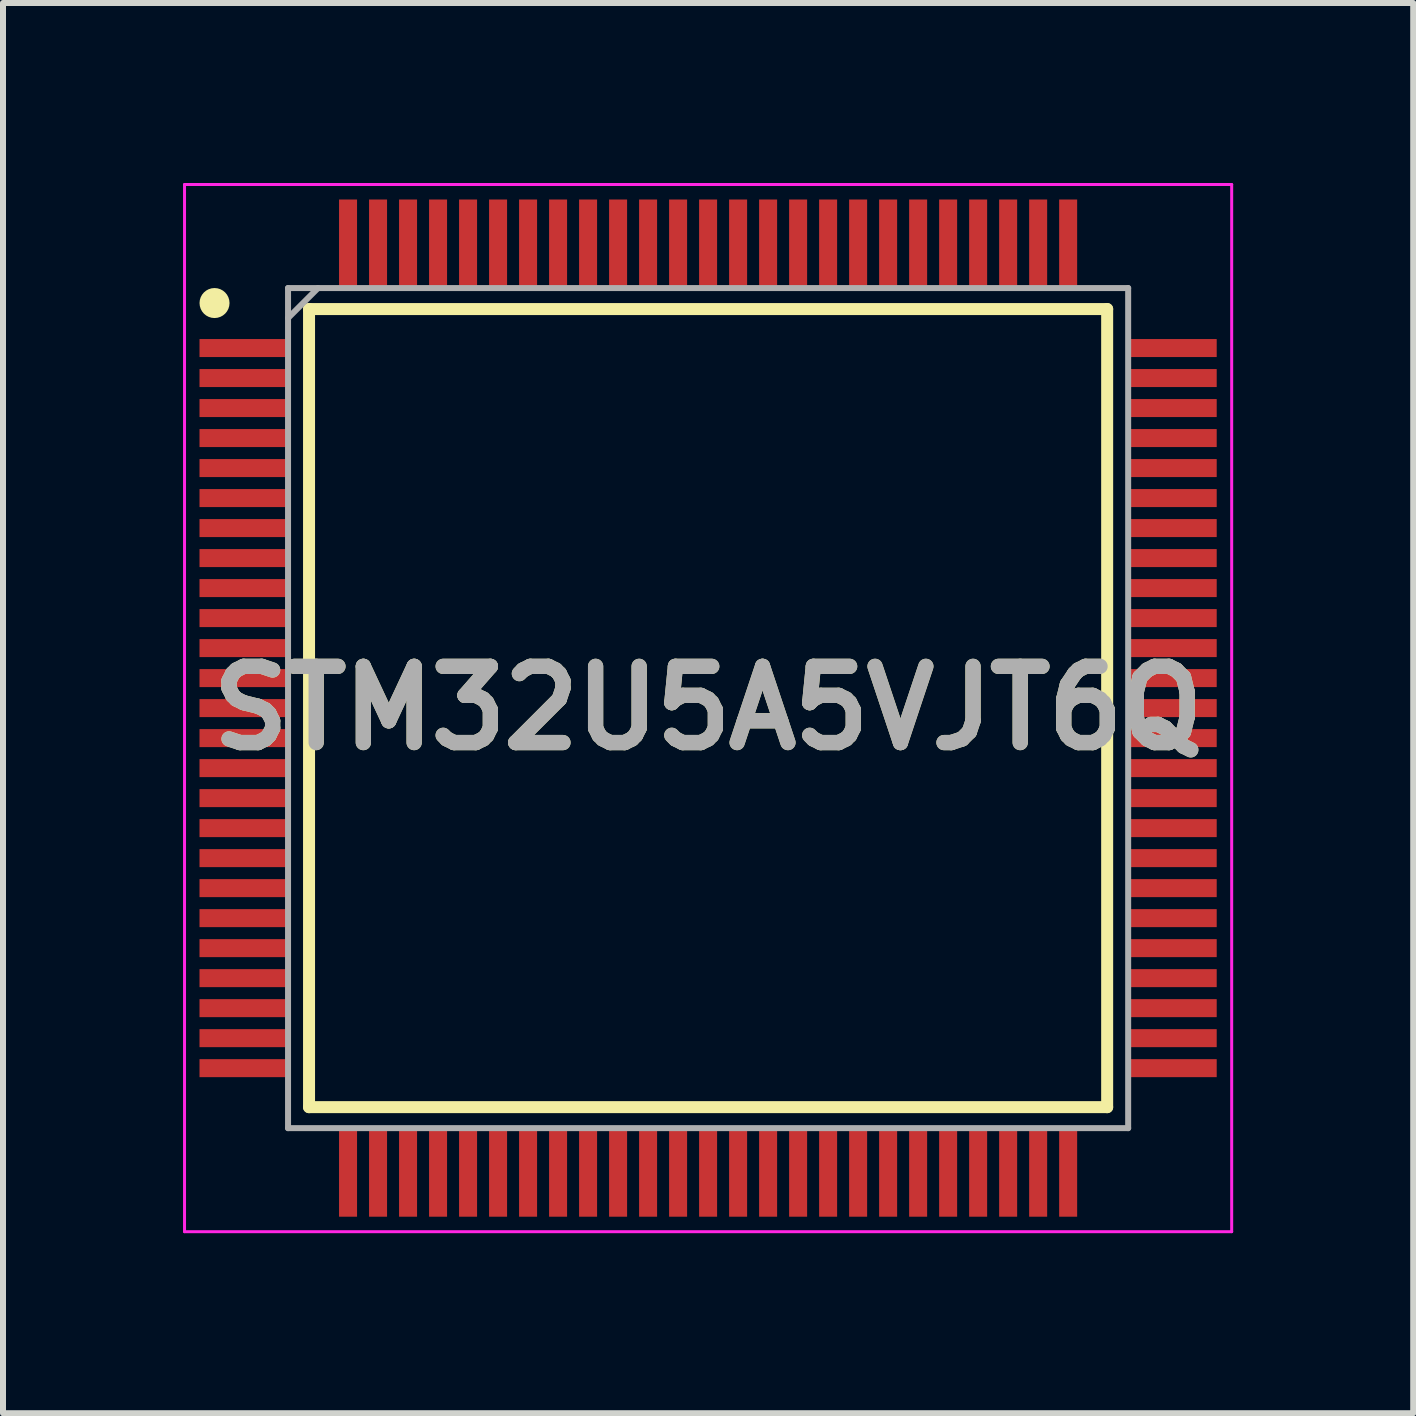
<source format=kicad_pcb>
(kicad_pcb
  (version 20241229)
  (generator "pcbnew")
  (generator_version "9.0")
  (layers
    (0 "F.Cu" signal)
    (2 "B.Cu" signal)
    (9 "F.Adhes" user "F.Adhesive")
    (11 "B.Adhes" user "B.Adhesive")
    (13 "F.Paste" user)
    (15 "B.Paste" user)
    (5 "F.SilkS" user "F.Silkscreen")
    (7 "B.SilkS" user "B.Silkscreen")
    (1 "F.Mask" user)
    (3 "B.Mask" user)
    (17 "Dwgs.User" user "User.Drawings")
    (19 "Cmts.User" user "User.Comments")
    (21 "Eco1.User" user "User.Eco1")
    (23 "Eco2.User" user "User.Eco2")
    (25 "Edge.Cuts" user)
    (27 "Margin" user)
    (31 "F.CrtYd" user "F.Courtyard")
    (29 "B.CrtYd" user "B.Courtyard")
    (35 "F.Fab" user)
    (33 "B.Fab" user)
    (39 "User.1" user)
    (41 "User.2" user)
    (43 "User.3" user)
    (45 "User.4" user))
  (footprint "STM32U5A5VJT6Q"
    (layer "F.Cu")
    (at 8.75 8.75)
    (property "Reference" "STM32U5A5VJT6Q" (at 0 0 0) (layer "F.SilkS") (effects (font (size 1.27 1.27) (thickness 0.254))))
    (attr smd)
    (fp_line (start -6.65 -6.65) (end 6.65 -6.65) (stroke (width 0.2) (type solid)) (layer "F.SilkS"))
    (fp_line (start -6.65 6.65) (end -6.65 -6.65) (stroke (width 0.2) (type solid)) (layer "F.SilkS"))
    (fp_line (start 6.65 -6.65) (end 6.65 6.65) (stroke (width 0.2) (type solid)) (layer "F.SilkS"))
    (fp_line (start 6.65 6.65) (end -6.65 6.65) (stroke (width 0.2) (type solid)) (layer "F.SilkS"))
    (fp_circle (center -8.225 -6.75) (end -8.225 -6.625) (stroke (width 0.25) (type solid)) (fill no) (layer "F.SilkS"))
    (fp_line (start -8.725 -8.725) (end 8.725 -8.725) (stroke (width 0.05) (type solid)) (layer "F.CrtYd"))
    (fp_line (start -8.725 8.725) (end -8.725 -8.725) (stroke (width 0.05) (type solid)) (layer "F.CrtYd"))
    (fp_line (start 8.725 -8.725) (end 8.725 8.725) (stroke (width 0.05) (type solid)) (layer "F.CrtYd"))
    (fp_line (start 8.725 8.725) (end -8.725 8.725) (stroke (width 0.05) (type solid)) (layer "F.CrtYd"))
    (fp_line (start -7 -7) (end 7 -7) (stroke (width 0.1) (type solid)) (layer "F.Fab"))
    (fp_line (start -7 -6.5) (end -6.5 -7) (stroke (width 0.1) (type solid)) (layer "F.Fab"))
    (fp_line (start -7 7) (end -7 -7) (stroke (width 0.1) (type solid)) (layer "F.Fab"))
    (fp_line (start 7 -7) (end 7 7) (stroke (width 0.1) (type solid)) (layer "F.Fab"))
    (fp_line (start 7 7) (end -7 7) (stroke (width 0.1) (type solid)) (layer "F.Fab"))
    (fp_text user "${REFERENCE}" (at 0 0 0) (layer "F.Fab") (effects (font (size 1.27 1.27) (thickness 0.254))))
    (pad "1" smd rect (at -7.738 -6 90) (size 0.3 1.475) (layers "F.Cu" "F.Mask" "F.Paste"))
    (pad "2" smd rect (at -7.738 -5.5 90) (size 0.3 1.475) (layers "F.Cu" "F.Mask" "F.Paste"))
    (pad "3" smd rect (at -7.738 -5 90) (size 0.3 1.475) (layers "F.Cu" "F.Mask" "F.Paste"))
    (pad "4" smd rect (at -7.738 -4.5 90) (size 0.3 1.475) (layers "F.Cu" "F.Mask" "F.Paste"))
    (pad "5" smd rect (at -7.738 -4 90) (size 0.3 1.475) (layers "F.Cu" "F.Mask" "F.Paste"))
    (pad "6" smd rect (at -7.738 -3.5 90) (size 0.3 1.475) (layers "F.Cu" "F.Mask" "F.Paste"))
    (pad "7" smd rect (at -7.738 -3 90) (size 0.3 1.475) (layers "F.Cu" "F.Mask" "F.Paste"))
    (pad "8" smd rect (at -7.738 -2.5 90) (size 0.3 1.475) (layers "F.Cu" "F.Mask" "F.Paste"))
    (pad "9" smd rect (at -7.738 -2 90) (size 0.3 1.475) (layers "F.Cu" "F.Mask" "F.Paste"))
    (pad "10" smd rect (at -7.738 -1.5 90) (size 0.3 1.475) (layers "F.Cu" "F.Mask" "F.Paste"))
    (pad "11" smd rect (at -7.738 -1 90) (size 0.3 1.475) (layers "F.Cu" "F.Mask" "F.Paste"))
    (pad "12" smd rect (at -7.738 -0.5 90) (size 0.3 1.475) (layers "F.Cu" "F.Mask" "F.Paste"))
    (pad "13" smd rect (at -7.738 0 90) (size 0.3 1.475) (layers "F.Cu" "F.Mask" "F.Paste"))
    (pad "14" smd rect (at -7.738 0.5 90) (size 0.3 1.475) (layers "F.Cu" "F.Mask" "F.Paste"))
    (pad "15" smd rect (at -7.738 1 90) (size 0.3 1.475) (layers "F.Cu" "F.Mask" "F.Paste"))
    (pad "16" smd rect (at -7.738 1.5 90) (size 0.3 1.475) (layers "F.Cu" "F.Mask" "F.Paste"))
    (pad "17" smd rect (at -7.738 2 90) (size 0.3 1.475) (layers "F.Cu" "F.Mask" "F.Paste"))
    (pad "18" smd rect (at -7.738 2.5 90) (size 0.3 1.475) (layers "F.Cu" "F.Mask" "F.Paste"))
    (pad "19" smd rect (at -7.738 3 90) (size 0.3 1.475) (layers "F.Cu" "F.Mask" "F.Paste"))
    (pad "20" smd rect (at -7.738 3.5 90) (size 0.3 1.475) (layers "F.Cu" "F.Mask" "F.Paste"))
    (pad "21" smd rect (at -7.738 4 90) (size 0.3 1.475) (layers "F.Cu" "F.Mask" "F.Paste"))
    (pad "22" smd rect (at -7.738 4.5 90) (size 0.3 1.475) (layers "F.Cu" "F.Mask" "F.Paste"))
    (pad "23" smd rect (at -7.738 5 90) (size 0.3 1.475) (layers "F.Cu" "F.Mask" "F.Paste"))
    (pad "24" smd rect (at -7.738 5.5 90) (size 0.3 1.475) (layers "F.Cu" "F.Mask" "F.Paste"))
    (pad "25" smd rect (at -7.738 6 90) (size 0.3 1.475) (layers "F.Cu" "F.Mask" "F.Paste"))
    (pad "26" smd rect (at -6 7.738) (size 0.3 1.475) (layers "F.Cu" "F.Mask" "F.Paste"))
    (pad "27" smd rect (at -5.5 7.738) (size 0.3 1.475) (layers "F.Cu" "F.Mask" "F.Paste"))
    (pad "28" smd rect (at -5 7.738) (size 0.3 1.475) (layers "F.Cu" "F.Mask" "F.Paste"))
    (pad "29" smd rect (at -4.5 7.738) (size 0.3 1.475) (layers "F.Cu" "F.Mask" "F.Paste"))
    (pad "30" smd rect (at -4 7.738) (size 0.3 1.475) (layers "F.Cu" "F.Mask" "F.Paste"))
    (pad "31" smd rect (at -3.5 7.738) (size 0.3 1.475) (layers "F.Cu" "F.Mask" "F.Paste"))
    (pad "32" smd rect (at -3 7.738) (size 0.3 1.475) (layers "F.Cu" "F.Mask" "F.Paste"))
    (pad "33" smd rect (at -2.5 7.738) (size 0.3 1.475) (layers "F.Cu" "F.Mask" "F.Paste"))
    (pad "34" smd rect (at -2 7.738) (size 0.3 1.475) (layers "F.Cu" "F.Mask" "F.Paste"))
    (pad "35" smd rect (at -1.5 7.738) (size 0.3 1.475) (layers "F.Cu" "F.Mask" "F.Paste"))
    (pad "36" smd rect (at -1 7.738) (size 0.3 1.475) (layers "F.Cu" "F.Mask" "F.Paste"))
    (pad "37" smd rect (at -0.5 7.738) (size 0.3 1.475) (layers "F.Cu" "F.Mask" "F.Paste"))
    (pad "38" smd rect (at 0 7.738) (size 0.3 1.475) (layers "F.Cu" "F.Mask" "F.Paste"))
    (pad "39" smd rect (at 0.5 7.738) (size 0.3 1.475) (layers "F.Cu" "F.Mask" "F.Paste"))
    (pad "40" smd rect (at 1 7.738) (size 0.3 1.475) (layers "F.Cu" "F.Mask" "F.Paste"))
    (pad "41" smd rect (at 1.5 7.738) (size 0.3 1.475) (layers "F.Cu" "F.Mask" "F.Paste"))
    (pad "42" smd rect (at 2 7.738) (size 0.3 1.475) (layers "F.Cu" "F.Mask" "F.Paste"))
    (pad "43" smd rect (at 2.5 7.738) (size 0.3 1.475) (layers "F.Cu" "F.Mask" "F.Paste"))
    (pad "44" smd rect (at 3 7.738) (size 0.3 1.475) (layers "F.Cu" "F.Mask" "F.Paste"))
    (pad "45" smd rect (at 3.5 7.738) (size 0.3 1.475) (layers "F.Cu" "F.Mask" "F.Paste"))
    (pad "46" smd rect (at 4 7.738) (size 0.3 1.475) (layers "F.Cu" "F.Mask" "F.Paste"))
    (pad "47" smd rect (at 4.5 7.738) (size 0.3 1.475) (layers "F.Cu" "F.Mask" "F.Paste"))
    (pad "48" smd rect (at 5 7.738) (size 0.3 1.475) (layers "F.Cu" "F.Mask" "F.Paste"))
    (pad "49" smd rect (at 5.5 7.738) (size 0.3 1.475) (layers "F.Cu" "F.Mask" "F.Paste"))
    (pad "50" smd rect (at 6 7.738) (size 0.3 1.475) (layers "F.Cu" "F.Mask" "F.Paste"))
    (pad "51" smd rect (at 7.738 6 90) (size 0.3 1.475) (layers "F.Cu" "F.Mask" "F.Paste"))
    (pad "52" smd rect (at 7.738 5.5 90) (size 0.3 1.475) (layers "F.Cu" "F.Mask" "F.Paste"))
    (pad "53" smd rect (at 7.738 5 90) (size 0.3 1.475) (layers "F.Cu" "F.Mask" "F.Paste"))
    (pad "54" smd rect (at 7.738 4.5 90) (size 0.3 1.475) (layers "F.Cu" "F.Mask" "F.Paste"))
    (pad "55" smd rect (at 7.738 4 90) (size 0.3 1.475) (layers "F.Cu" "F.Mask" "F.Paste"))
    (pad "56" smd rect (at 7.738 3.5 90) (size 0.3 1.475) (layers "F.Cu" "F.Mask" "F.Paste"))
    (pad "57" smd rect (at 7.738 3 90) (size 0.3 1.475) (layers "F.Cu" "F.Mask" "F.Paste"))
    (pad "58" smd rect (at 7.738 2.5 90) (size 0.3 1.475) (layers "F.Cu" "F.Mask" "F.Paste"))
    (pad "59" smd rect (at 7.738 2 90) (size 0.3 1.475) (layers "F.Cu" "F.Mask" "F.Paste"))
    (pad "60" smd rect (at 7.738 1.5 90) (size 0.3 1.475) (layers "F.Cu" "F.Mask" "F.Paste"))
    (pad "61" smd rect (at 7.738 1 90) (size 0.3 1.475) (layers "F.Cu" "F.Mask" "F.Paste"))
    (pad "62" smd rect (at 7.738 0.5 90) (size 0.3 1.475) (layers "F.Cu" "F.Mask" "F.Paste"))
    (pad "63" smd rect (at 7.738 0 90) (size 0.3 1.475) (layers "F.Cu" "F.Mask" "F.Paste"))
    (pad "64" smd rect (at 7.738 -0.5 90) (size 0.3 1.475) (layers "F.Cu" "F.Mask" "F.Paste"))
    (pad "65" smd rect (at 7.738 -1 90) (size 0.3 1.475) (layers "F.Cu" "F.Mask" "F.Paste"))
    (pad "66" smd rect (at 7.738 -1.5 90) (size 0.3 1.475) (layers "F.Cu" "F.Mask" "F.Paste"))
    (pad "67" smd rect (at 7.738 -2 90) (size 0.3 1.475) (layers "F.Cu" "F.Mask" "F.Paste"))
    (pad "68" smd rect (at 7.738 -2.5 90) (size 0.3 1.475) (layers "F.Cu" "F.Mask" "F.Paste"))
    (pad "69" smd rect (at 7.738 -3 90) (size 0.3 1.475) (layers "F.Cu" "F.Mask" "F.Paste"))
    (pad "70" smd rect (at 7.738 -3.5 90) (size 0.3 1.475) (layers "F.Cu" "F.Mask" "F.Paste"))
    (pad "71" smd rect (at 7.738 -4 90) (size 0.3 1.475) (layers "F.Cu" "F.Mask" "F.Paste"))
    (pad "72" smd rect (at 7.738 -4.5 90) (size 0.3 1.475) (layers "F.Cu" "F.Mask" "F.Paste"))
    (pad "73" smd rect (at 7.738 -5 90) (size 0.3 1.475) (layers "F.Cu" "F.Mask" "F.Paste"))
    (pad "74" smd rect (at 7.738 -5.5 90) (size 0.3 1.475) (layers "F.Cu" "F.Mask" "F.Paste"))
    (pad "75" smd rect (at 7.738 -6 90) (size 0.3 1.475) (layers "F.Cu" "F.Mask" "F.Paste"))
    (pad "76" smd rect (at 6 -7.738) (size 0.3 1.475) (layers "F.Cu" "F.Mask" "F.Paste"))
    (pad "77" smd rect (at 5.5 -7.738) (size 0.3 1.475) (layers "F.Cu" "F.Mask" "F.Paste"))
    (pad "78" smd rect (at 5 -7.738) (size 0.3 1.475) (layers "F.Cu" "F.Mask" "F.Paste"))
    (pad "79" smd rect (at 4.5 -7.738) (size 0.3 1.475) (layers "F.Cu" "F.Mask" "F.Paste"))
    (pad "80" smd rect (at 4 -7.738) (size 0.3 1.475) (layers "F.Cu" "F.Mask" "F.Paste"))
    (pad "81" smd rect (at 3.5 -7.738) (size 0.3 1.475) (layers "F.Cu" "F.Mask" "F.Paste"))
    (pad "82" smd rect (at 3 -7.738) (size 0.3 1.475) (layers "F.Cu" "F.Mask" "F.Paste"))
    (pad "83" smd rect (at 2.5 -7.738) (size 0.3 1.475) (layers "F.Cu" "F.Mask" "F.Paste"))
    (pad "84" smd rect (at 2 -7.738) (size 0.3 1.475) (layers "F.Cu" "F.Mask" "F.Paste"))
    (pad "85" smd rect (at 1.5 -7.738) (size 0.3 1.475) (layers "F.Cu" "F.Mask" "F.Paste"))
    (pad "86" smd rect (at 1 -7.738) (size 0.3 1.475) (layers "F.Cu" "F.Mask" "F.Paste"))
    (pad "87" smd rect (at 0.5 -7.738) (size 0.3 1.475) (layers "F.Cu" "F.Mask" "F.Paste"))
    (pad "88" smd rect (at 0 -7.738) (size 0.3 1.475) (layers "F.Cu" "F.Mask" "F.Paste"))
    (pad "89" smd rect (at -0.5 -7.738) (size 0.3 1.475) (layers "F.Cu" "F.Mask" "F.Paste"))
    (pad "90" smd rect (at -1 -7.738) (size 0.3 1.475) (layers "F.Cu" "F.Mask" "F.Paste"))
    (pad "91" smd rect (at -1.5 -7.738) (size 0.3 1.475) (layers "F.Cu" "F.Mask" "F.Paste"))
    (pad "92" smd rect (at -2 -7.738) (size 0.3 1.475) (layers "F.Cu" "F.Mask" "F.Paste"))
    (pad "93" smd rect (at -2.5 -7.738) (size 0.3 1.475) (layers "F.Cu" "F.Mask" "F.Paste"))
    (pad "94" smd rect (at -3 -7.738) (size 0.3 1.475) (layers "F.Cu" "F.Mask" "F.Paste"))
    (pad "95" smd rect (at -3.5 -7.738) (size 0.3 1.475) (layers "F.Cu" "F.Mask" "F.Paste"))
    (pad "96" smd rect (at -4 -7.738) (size 0.3 1.475) (layers "F.Cu" "F.Mask" "F.Paste"))
    (pad "97" smd rect (at -4.5 -7.738) (size 0.3 1.475) (layers "F.Cu" "F.Mask" "F.Paste"))
    (pad "98" smd rect (at -5 -7.738) (size 0.3 1.475) (layers "F.Cu" "F.Mask" "F.Paste"))
    (pad "99" smd rect (at -5.5 -7.738) (size 0.3 1.475) (layers "F.Cu" "F.Mask" "F.Paste"))
    (pad "100" smd rect (at -6 -7.738) (size 0.3 1.475) (layers "F.Cu" "F.Mask" "F.Paste")))
  (gr_rect
    (start -3 -3)
    (end 20.5 20.5)
    (stroke (width 0.1) (type default))
    (fill no)
    (layer "Edge.Cuts")))
</source>
